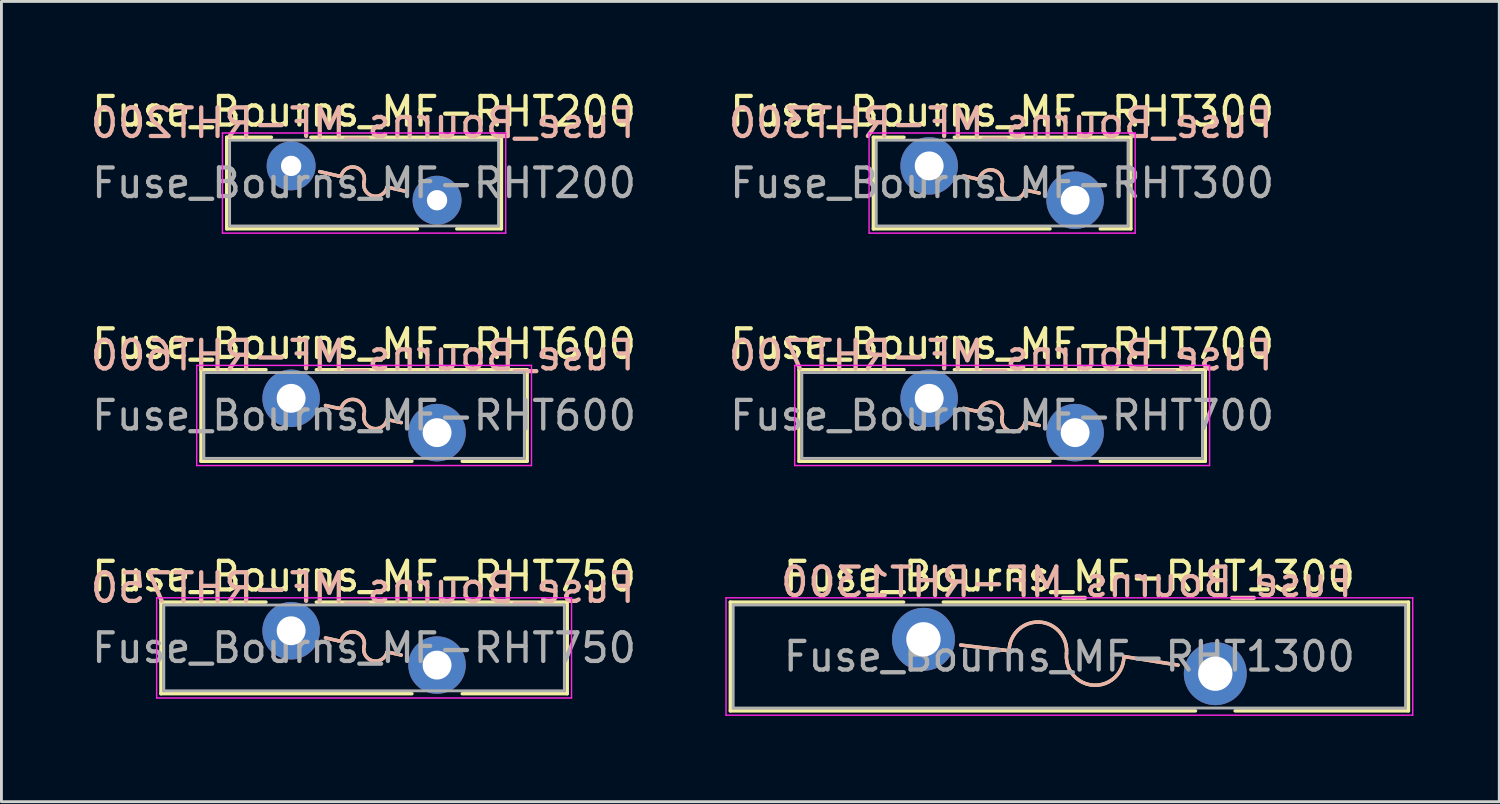
<source format=kicad_pcb>
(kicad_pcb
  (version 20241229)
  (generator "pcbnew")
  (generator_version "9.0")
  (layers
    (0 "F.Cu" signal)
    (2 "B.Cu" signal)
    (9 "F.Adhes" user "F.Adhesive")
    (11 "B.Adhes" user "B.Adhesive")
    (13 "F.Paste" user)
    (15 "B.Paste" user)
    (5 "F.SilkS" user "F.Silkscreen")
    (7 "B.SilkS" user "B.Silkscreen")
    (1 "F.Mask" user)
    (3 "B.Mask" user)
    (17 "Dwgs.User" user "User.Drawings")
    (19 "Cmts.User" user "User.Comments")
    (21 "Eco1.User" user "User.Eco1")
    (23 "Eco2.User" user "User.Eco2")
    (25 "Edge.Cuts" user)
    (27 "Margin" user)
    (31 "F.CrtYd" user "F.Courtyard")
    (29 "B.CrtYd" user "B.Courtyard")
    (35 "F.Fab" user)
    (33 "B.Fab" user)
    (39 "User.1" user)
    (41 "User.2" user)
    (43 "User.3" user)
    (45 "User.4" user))
  (footprint "Fuse_Bourns_MF-RHT300"
    (layer "F.Cu")
    (at 29.425 2.748)
    (property "Reference" "Fuse_Bourns_MF-RHT300" (at 2.55 -1.9 0) (layer "F.SilkS") (effects (font (size 1 1) (thickness 0.15))))
    (fp_line (start -1.951 -1) (end -1.951 2.2) (stroke (width 0.12) (type solid)) (layer "F.SilkS"))
    (fp_line (start -1.951 -1) (end -0.879 -1) (stroke (width 0.12) (type solid)) (layer "F.SilkS"))
    (fp_line (start -1.951 2.2) (end 4.222 2.2) (stroke (width 0.12) (type solid)) (layer "F.SilkS"))
    (fp_line (start 0.879 -1) (end 7.05 -1) (stroke (width 0.12) (type solid)) (layer "F.SilkS"))
    (fp_line (start 1.2 0.35) (end 1.65 0.45) (stroke (width 0.12) (type solid)) (layer "F.SilkS"))
    (fp_line (start 1.75 0.45) (end 1.65 0.45) (stroke (width 0.12) (type solid)) (layer "F.SilkS"))
    (fp_line (start 3.35 0.85) (end 3.4 0.85) (stroke (width 0.12) (type solid)) (layer "F.SilkS"))
    (fp_line (start 3.4 0.85) (end 3.85 0.95) (stroke (width 0.12) (type solid)) (layer "F.SilkS"))
    (fp_line (start 5.979 2.2) (end 7.05 2.2) (stroke (width 0.12) (type solid)) (layer "F.SilkS"))
    (fp_line (start 7.05 -1) (end 7.05 2.2) (stroke (width 0.12) (type solid)) (layer "F.SilkS"))
    (fp_arc (start 1.750001 0.450001) (mid 2.249999 0.150001) (end 2.549999 0.649999) (stroke (width 0.12) (type solid)) (layer "F.SilkS"))
    (fp_arc (start 3.349999 0.849999) (mid 2.850001 1.149999) (end 2.550001 0.650001) (stroke (width 0.12) (type solid)) (layer "F.SilkS"))
    (fp_line (start 1.2 0.35) (end 1.65 0.45) (stroke (width 0.12) (type solid)) (layer "B.SilkS"))
    (fp_line (start 1.75 0.45) (end 1.65 0.45) (stroke (width 0.12) (type solid)) (layer "B.SilkS"))
    (fp_line (start 3.35 0.85) (end 3.4 0.85) (stroke (width 0.12) (type solid)) (layer "B.SilkS"))
    (fp_line (start 3.4 0.85) (end 3.85 0.95) (stroke (width 0.12) (type solid)) (layer "B.SilkS"))
    (fp_arc (start 1.750001 0.450001) (mid 2.249999 0.150001) (end 2.549999 0.649999) (stroke (width 0.12) (type solid)) (layer "B.SilkS"))
    (fp_arc (start 3.349999 0.849999) (mid 2.850001 1.149999) (end 2.550001 0.650001) (stroke (width 0.12) (type solid)) (layer "B.SilkS"))
    (fp_line (start -2.1 -1.15) (end -2.1 2.35) (stroke (width 0.05) (type solid)) (layer "F.CrtYd"))
    (fp_line (start -2.1 2.35) (end 7.2 2.35) (stroke (width 0.05) (type solid)) (layer "F.CrtYd"))
    (fp_line (start 7.2 -1.15) (end -2.1 -1.15) (stroke (width 0.05) (type solid)) (layer "F.CrtYd"))
    (fp_line (start 7.2 2.35) (end 7.2 -1.15) (stroke (width 0.05) (type solid)) (layer "F.CrtYd"))
    (fp_line (start -1.85 -0.9) (end -1.85 2.1) (stroke (width 0.1) (type solid)) (layer "F.Fab"))
    (fp_line (start -1.85 2.1) (end 6.95 2.1) (stroke (width 0.1) (type solid)) (layer "F.Fab"))
    (fp_line (start 6.95 -0.9) (end -1.85 -0.9) (stroke (width 0.1) (type solid)) (layer "F.Fab"))
    (fp_line (start 6.95 2.1) (end 6.95 -0.9) (stroke (width 0.1) (type solid)) (layer "F.Fab"))
    (fp_text user "${REFERENCE}" (at 2.5 -1.5 0) (layer "B.SilkS") (effects (font (size 1 1) (thickness 0.15)) (justify mirror)))
    (fp_text user "${REFERENCE}" (at 2.55 0.6 0) (layer "F.Fab") (effects (font (size 1 1) (thickness 0.15))))
    (pad "1" thru_hole circle (at 0 0) (size 2.01 2.01) (drill 1.01) (layers "*.Cu" "*.Mask"))
    (pad "2" thru_hole circle (at 5.1 1.2) (size 2.01 2.01) (drill 1.01) (layers "*.Cu" "*.Mask")))
  (footprint "Fuse_Bourns_MF-RHT1300"
    (layer "F.Cu")
    (at 29.225 19.295)
    (property "Reference" "Fuse_Bourns_MF-RHT1300" (at 5.1 -2.2 0) (layer "F.SilkS") (effects (font (size 1 1) (thickness 0.15))))
    (fp_line (start -6.75 -1.301) (end -6.75 2.5) (stroke (width 0.12) (type solid)) (layer "F.SilkS"))
    (fp_line (start -6.75 -1.301) (end -0.693 -1.301) (stroke (width 0.12) (type solid)) (layer "F.SilkS"))
    (fp_line (start -6.75 2.5) (end 9.508 2.5) (stroke (width 0.12) (type solid)) (layer "F.SilkS"))
    (fp_line (start 0.693 -1.301) (end 16.951 -1.301) (stroke (width 0.12) (type solid)) (layer "F.SilkS"))
    (fp_line (start 1.3 0.2) (end 2.995 0.4) (stroke (width 0.12) (type solid)) (layer "F.SilkS"))
    (fp_line (start 7.005 0.6) (end 8.9 0.9) (stroke (width 0.12) (type solid)) (layer "F.SilkS"))
    (fp_line (start 10.893 2.5) (end 16.951 2.5) (stroke (width 0.12) (type solid)) (layer "F.SilkS"))
    (fp_line (start 16.951 -1.301) (end 16.951 2.5) (stroke (width 0.12) (type solid)) (layer "F.SilkS"))
    (fp_arc (start 2.995014 0.4) (mid 4.050062 -0.603737) (end 4.999999 0.499999) (stroke (width 0.12) (type solid)) (layer "F.SilkS"))
    (fp_arc (start 7.004986 0.6) (mid 5.949938 1.603737) (end 5.000001 0.500001) (stroke (width 0.12) (type solid)) (layer "F.SilkS"))
    (fp_line (start 1.3 0.2) (end 2.995 0.4) (stroke (width 0.12) (type solid)) (layer "B.SilkS"))
    (fp_line (start 7.005 0.6) (end 8.9 0.9) (stroke (width 0.12) (type solid)) (layer "B.SilkS"))
    (fp_arc (start 2.995017 0.400001) (mid 4.050058 -0.603639) (end 4.999999 0.499999) (stroke (width 0.12) (type solid)) (layer "B.SilkS"))
    (fp_arc (start 7.004983 0.599999) (mid 5.949942 1.603639) (end 5.000001 0.500001) (stroke (width 0.12) (type solid)) (layer "B.SilkS"))
    (fp_line (start -6.9 -1.45) (end -6.9 2.65) (stroke (width 0.05) (type solid)) (layer "F.CrtYd"))
    (fp_line (start -6.9 2.65) (end 17.1 2.65) (stroke (width 0.05) (type solid)) (layer "F.CrtYd"))
    (fp_line (start 17.1 -1.45) (end -6.9 -1.45) (stroke (width 0.05) (type solid)) (layer "F.CrtYd"))
    (fp_line (start 17.1 2.65) (end 17.1 -1.45) (stroke (width 0.05) (type solid)) (layer "F.CrtYd"))
    (fp_line (start -6.65 -1.2) (end -6.65 2.4) (stroke (width 0.1) (type solid)) (layer "F.Fab"))
    (fp_line (start -6.65 2.4) (end 16.85 2.4) (stroke (width 0.1) (type solid)) (layer "F.Fab"))
    (fp_line (start 16.85 -1.2) (end -6.65 -1.2) (stroke (width 0.1) (type solid)) (layer "F.Fab"))
    (fp_line (start 16.85 2.4) (end 16.85 -1.2) (stroke (width 0.1) (type solid)) (layer "F.Fab"))
    (fp_text user "${REFERENCE}" (at 5 -2 0) (layer "B.SilkS") (effects (font (size 1 1) (thickness 0.15)) (justify mirror)))
    (fp_text user "${REFERENCE}" (at 5.1 0.6 0) (layer "F.Fab") (effects (font (size 1 1) (thickness 0.15))))
    (pad "1" thru_hole circle (at 0 0) (size 2.2 2.2) (drill 1.2) (layers "*.Cu" "*.Mask"))
    (pad "2" thru_hole circle (at 10.2 1.2) (size 2.2 2.2) (drill 1.2) (layers "*.Cu" "*.Mask")))
  (footprint "Fuse_Bourns_MF-RHT200"
    (layer "F.Cu")
    (at 7.125 2.748)
    (property "Reference" "Fuse_Bourns_MF-RHT200" (at 2.55 -1.9 0) (layer "F.SilkS") (effects (font (size 1 1) (thickness 0.15))))
    (fp_line (start -2.251 -1) (end -2.251 2.2) (stroke (width 0.12) (type solid)) (layer "F.SilkS"))
    (fp_line (start -2.251 -1) (end -0.689 -1) (stroke (width 0.12) (type solid)) (layer "F.SilkS"))
    (fp_line (start -2.251 2.2) (end 4.412 2.2) (stroke (width 0.12) (type solid)) (layer "F.SilkS"))
    (fp_line (start 0.689 -1) (end 7.35 -1) (stroke (width 0.12) (type solid)) (layer "F.SilkS"))
    (fp_line (start 1 0.2) (end 1.65 0.35) (stroke (width 0.12) (type solid)) (layer "F.SilkS"))
    (fp_line (start 1.75 0.35) (end 1.65 0.35) (stroke (width 0.12) (type solid)) (layer "F.SilkS"))
    (fp_line (start 3.35 0.75) (end 3.4 0.75) (stroke (width 0.12) (type solid)) (layer "F.SilkS"))
    (fp_line (start 3.4 0.75) (end 4.05 0.9) (stroke (width 0.12) (type solid)) (layer "F.SilkS"))
    (fp_line (start 5.789 2.2) (end 7.35 2.2) (stroke (width 0.12) (type solid)) (layer "F.SilkS"))
    (fp_line (start 7.35 -1) (end 7.35 2.2) (stroke (width 0.12) (type solid)) (layer "F.SilkS"))
    (fp_arc (start 1.750001 0.350001) (mid 2.249999 0.050001) (end 2.549999 0.549999) (stroke (width 0.12) (type solid)) (layer "F.SilkS"))
    (fp_arc (start 3.349999 0.749999) (mid 2.850001 1.049999) (end 2.550001 0.550001) (stroke (width 0.12) (type solid)) (layer "F.SilkS"))
    (fp_line (start 1 0.2) (end 1.65 0.35) (stroke (width 0.12) (type solid)) (layer "B.SilkS"))
    (fp_line (start 1.75 0.35) (end 1.65 0.35) (stroke (width 0.12) (type solid)) (layer "B.SilkS"))
    (fp_line (start 3.35 0.75) (end 3.4 0.75) (stroke (width 0.12) (type solid)) (layer "B.SilkS"))
    (fp_line (start 3.4 0.75) (end 4.05 0.9) (stroke (width 0.12) (type solid)) (layer "B.SilkS"))
    (fp_arc (start 1.750001 0.350001) (mid 2.249999 0.050001) (end 2.549999 0.549999) (stroke (width 0.12) (type solid)) (layer "B.SilkS"))
    (fp_arc (start 3.349999 0.749999) (mid 2.850001 1.049999) (end 2.550001 0.550001) (stroke (width 0.12) (type solid)) (layer "B.SilkS"))
    (fp_line (start -2.4 -1.15) (end -2.4 2.35) (stroke (width 0.05) (type solid)) (layer "F.CrtYd"))
    (fp_line (start -2.4 2.35) (end 7.5 2.35) (stroke (width 0.05) (type solid)) (layer "F.CrtYd"))
    (fp_line (start 7.5 -1.15) (end -2.4 -1.15) (stroke (width 0.05) (type solid)) (layer "F.CrtYd"))
    (fp_line (start 7.5 2.35) (end 7.5 -1.15) (stroke (width 0.05) (type solid)) (layer "F.CrtYd"))
    (fp_line (start -2.15 -0.9) (end -2.15 2.1) (stroke (width 0.1) (type solid)) (layer "F.Fab"))
    (fp_line (start -2.15 2.1) (end 7.25 2.1) (stroke (width 0.1) (type solid)) (layer "F.Fab"))
    (fp_line (start 7.25 -0.9) (end -2.15 -0.9) (stroke (width 0.1) (type solid)) (layer "F.Fab"))
    (fp_line (start 7.25 2.1) (end 7.25 -0.9) (stroke (width 0.1) (type solid)) (layer "F.Fab"))
    (fp_text user "${REFERENCE}" (at 2.5 -1.5 0) (layer "B.SilkS") (effects (font (size 1 1) (thickness 0.15)) (justify mirror)))
    (fp_text user "${REFERENCE}" (at 2.55 0.6 0) (layer "F.Fab") (effects (font (size 1 1) (thickness 0.15))))
    (pad "1" thru_hole circle (at 0 0) (size 1.71 1.71) (drill 0.71) (layers "*.Cu" "*.Mask"))
    (pad "2" thru_hole circle (at 5.1 1.2) (size 1.71 1.71) (drill 0.71) (layers "*.Cu" "*.Mask")))
  (footprint "Fuse_Bourns_MF-RHT750"
    (layer "F.Cu")
    (at 7.125 18.995)
    (property "Reference" "Fuse_Bourns_MF-RHT750" (at 2.55 -1.9 0) (layer "F.SilkS") (effects (font (size 1 1) (thickness 0.15))))
    (fp_line (start -4.55 -1) (end -4.55 2.2) (stroke (width 0.12) (type solid)) (layer "F.SilkS"))
    (fp_line (start -4.55 -1) (end -0.879 -1) (stroke (width 0.12) (type solid)) (layer "F.SilkS"))
    (fp_line (start -4.55 2.2) (end 4.222 2.2) (stroke (width 0.12) (type solid)) (layer "F.SilkS"))
    (fp_line (start 0.879 -1) (end 9.65 -1) (stroke (width 0.12) (type solid)) (layer "F.SilkS"))
    (fp_line (start 1.2 0.25) (end 1.65 0.35) (stroke (width 0.12) (type solid)) (layer "F.SilkS"))
    (fp_line (start 1.75 0.35) (end 1.65 0.35) (stroke (width 0.12) (type solid)) (layer "F.SilkS"))
    (fp_line (start 3.35 0.75) (end 3.4 0.75) (stroke (width 0.12) (type solid)) (layer "F.SilkS"))
    (fp_line (start 3.4 0.75) (end 3.85 0.85) (stroke (width 0.12) (type solid)) (layer "F.SilkS"))
    (fp_line (start 5.979 2.2) (end 9.65 2.2) (stroke (width 0.12) (type solid)) (layer "F.SilkS"))
    (fp_line (start 9.65 -1) (end 9.65 2.2) (stroke (width 0.12) (type solid)) (layer "F.SilkS"))
    (fp_arc (start 1.750001 0.350001) (mid 2.249999 0.050001) (end 2.549999 0.549999) (stroke (width 0.12) (type solid)) (layer "F.SilkS"))
    (fp_arc (start 3.349999 0.749999) (mid 2.850001 1.049999) (end 2.550001 0.550001) (stroke (width 0.12) (type solid)) (layer "F.SilkS"))
    (fp_line (start 1.2 0.25) (end 1.65 0.35) (stroke (width 0.12) (type solid)) (layer "B.SilkS"))
    (fp_line (start 1.75 0.35) (end 1.65 0.35) (stroke (width 0.12) (type solid)) (layer "B.SilkS"))
    (fp_line (start 3.35 0.75) (end 3.4 0.75) (stroke (width 0.12) (type solid)) (layer "B.SilkS"))
    (fp_line (start 3.4 0.75) (end 3.85 0.85) (stroke (width 0.12) (type solid)) (layer "B.SilkS"))
    (fp_arc (start 1.750001 0.350001) (mid 2.249999 0.050001) (end 2.549999 0.549999) (stroke (width 0.12) (type solid)) (layer "B.SilkS"))
    (fp_arc (start 3.349999 0.749999) (mid 2.850001 1.049999) (end 2.550001 0.550001) (stroke (width 0.12) (type solid)) (layer "B.SilkS"))
    (fp_line (start -4.7 -1.15) (end -4.7 2.35) (stroke (width 0.05) (type solid)) (layer "F.CrtYd"))
    (fp_line (start -4.7 2.35) (end 9.8 2.35) (stroke (width 0.05) (type solid)) (layer "F.CrtYd"))
    (fp_line (start 9.8 -1.15) (end -4.7 -1.15) (stroke (width 0.05) (type solid)) (layer "F.CrtYd"))
    (fp_line (start 9.8 2.35) (end 9.8 -1.15) (stroke (width 0.05) (type solid)) (layer "F.CrtYd"))
    (fp_line (start -4.45 -0.9) (end -4.45 2.1) (stroke (width 0.1) (type solid)) (layer "F.Fab"))
    (fp_line (start -4.45 2.1) (end 9.55 2.1) (stroke (width 0.1) (type solid)) (layer "F.Fab"))
    (fp_line (start 9.55 -0.9) (end -4.45 -0.9) (stroke (width 0.1) (type solid)) (layer "F.Fab"))
    (fp_line (start 9.55 2.1) (end 9.55 -0.9) (stroke (width 0.1) (type solid)) (layer "F.Fab"))
    (fp_text user "${REFERENCE}" (at 2.5 -1.5 0) (layer "B.SilkS") (effects (font (size 1 1) (thickness 0.15)) (justify mirror)))
    (fp_text user "${REFERENCE}" (at 2.55 0.6 0) (layer "F.Fab") (effects (font (size 1 1) (thickness 0.15))))
    (pad "1" thru_hole circle (at 0 0) (size 2.01 2.01) (drill 1.01) (layers "*.Cu" "*.Mask"))
    (pad "2" thru_hole circle (at 5.1 1.2) (size 2.01 2.01) (drill 1.01) (layers "*.Cu" "*.Mask")))
  (footprint "Fuse_Bourns_MF-RHT600"
    (layer "F.Cu")
    (at 7.125 10.871)
    (property "Reference" "Fuse_Bourns_MF-RHT600" (at 2.55 -1.9 0) (layer "F.SilkS") (effects (font (size 1 1) (thickness 0.15))))
    (fp_line (start -3.15 -1) (end -3.15 2.2) (stroke (width 0.12) (type solid)) (layer "F.SilkS"))
    (fp_line (start -3.15 -1) (end -0.879 -1) (stroke (width 0.12) (type solid)) (layer "F.SilkS"))
    (fp_line (start -3.15 2.2) (end 4.222 2.2) (stroke (width 0.12) (type solid)) (layer "F.SilkS"))
    (fp_line (start 0.879 -1) (end 8.25 -1) (stroke (width 0.12) (type solid)) (layer "F.SilkS"))
    (fp_line (start 1.2 0.25) (end 1.65 0.35) (stroke (width 0.12) (type solid)) (layer "F.SilkS"))
    (fp_line (start 1.75 0.35) (end 1.65 0.35) (stroke (width 0.12) (type solid)) (layer "F.SilkS"))
    (fp_line (start 3.35 0.75) (end 3.4 0.75) (stroke (width 0.12) (type solid)) (layer "F.SilkS"))
    (fp_line (start 3.4 0.75) (end 3.85 0.85) (stroke (width 0.12) (type solid)) (layer "F.SilkS"))
    (fp_line (start 5.979 2.2) (end 8.25 2.2) (stroke (width 0.12) (type solid)) (layer "F.SilkS"))
    (fp_line (start 8.25 -1) (end 8.25 2.2) (stroke (width 0.12) (type solid)) (layer "F.SilkS"))
    (fp_arc (start 1.750001 0.350001) (mid 2.249999 0.050001) (end 2.549999 0.549999) (stroke (width 0.12) (type solid)) (layer "F.SilkS"))
    (fp_arc (start 3.349999 0.749999) (mid 2.850001 1.049999) (end 2.550001 0.550001) (stroke (width 0.12) (type solid)) (layer "F.SilkS"))
    (fp_line (start 1.2 0.25) (end 1.65 0.35) (stroke (width 0.12) (type solid)) (layer "B.SilkS"))
    (fp_line (start 1.75 0.35) (end 1.65 0.35) (stroke (width 0.12) (type solid)) (layer "B.SilkS"))
    (fp_line (start 3.35 0.75) (end 3.4 0.75) (stroke (width 0.12) (type solid)) (layer "B.SilkS"))
    (fp_line (start 3.4 0.75) (end 3.85 0.85) (stroke (width 0.12) (type solid)) (layer "B.SilkS"))
    (fp_arc (start 1.750001 0.350001) (mid 2.249999 0.050001) (end 2.549999 0.549999) (stroke (width 0.12) (type solid)) (layer "B.SilkS"))
    (fp_arc (start 3.349999 0.749999) (mid 2.850001 1.049999) (end 2.550001 0.550001) (stroke (width 0.12) (type solid)) (layer "B.SilkS"))
    (fp_line (start -3.3 -1.15) (end -3.3 2.35) (stroke (width 0.05) (type solid)) (layer "F.CrtYd"))
    (fp_line (start -3.3 2.35) (end 8.4 2.35) (stroke (width 0.05) (type solid)) (layer "F.CrtYd"))
    (fp_line (start 8.4 -1.15) (end -3.3 -1.15) (stroke (width 0.05) (type solid)) (layer "F.CrtYd"))
    (fp_line (start 8.4 2.35) (end 8.4 -1.15) (stroke (width 0.05) (type solid)) (layer "F.CrtYd"))
    (fp_line (start -3.05 -0.9) (end -3.05 2.1) (stroke (width 0.1) (type solid)) (layer "F.Fab"))
    (fp_line (start -3.05 2.1) (end 8.15 2.1) (stroke (width 0.1) (type solid)) (layer "F.Fab"))
    (fp_line (start 8.15 -0.9) (end -3.05 -0.9) (stroke (width 0.1) (type solid)) (layer "F.Fab"))
    (fp_line (start 8.15 2.1) (end 8.15 -0.9) (stroke (width 0.1) (type solid)) (layer "F.Fab"))
    (fp_text user "${REFERENCE}" (at 2.5 -1.5 0) (layer "B.SilkS") (effects (font (size 1 1) (thickness 0.15)) (justify mirror)))
    (fp_text user "${REFERENCE}" (at 2.55 0.6 0) (layer "F.Fab") (effects (font (size 1 1) (thickness 0.15))))
    (pad "1" thru_hole circle (at 0 0) (size 2.01 2.01) (drill 1.01) (layers "*.Cu" "*.Mask"))
    (pad "2" thru_hole circle (at 5.1 1.2) (size 2.01 2.01) (drill 1.01) (layers "*.Cu" "*.Mask")))
  (footprint "Fuse_Bourns_MF-RHT700"
    (layer "F.Cu")
    (at 29.425 10.871)
    (property "Reference" "Fuse_Bourns_MF-RHT700" (at 2.55 -1.9 0) (layer "F.SilkS") (effects (font (size 1 1) (thickness 0.15))))
    (fp_line (start -4.55 -1) (end -4.55 2.2) (stroke (width 0.12) (type solid)) (layer "F.SilkS"))
    (fp_line (start -4.55 -1) (end -0.879 -1) (stroke (width 0.12) (type solid)) (layer "F.SilkS"))
    (fp_line (start -4.55 2.2) (end 4.222 2.2) (stroke (width 0.12) (type solid)) (layer "F.SilkS"))
    (fp_line (start 0.879 -1) (end 9.65 -1) (stroke (width 0.12) (type solid)) (layer "F.SilkS"))
    (fp_line (start 1.2 0.35) (end 1.65 0.45) (stroke (width 0.12) (type solid)) (layer "F.SilkS"))
    (fp_line (start 1.75 0.45) (end 1.65 0.45) (stroke (width 0.12) (type solid)) (layer "F.SilkS"))
    (fp_line (start 3.35 0.85) (end 3.4 0.85) (stroke (width 0.12) (type solid)) (layer "F.SilkS"))
    (fp_line (start 3.4 0.85) (end 3.85 0.95) (stroke (width 0.12) (type solid)) (layer "F.SilkS"))
    (fp_line (start 5.979 2.2) (end 9.65 2.2) (stroke (width 0.12) (type solid)) (layer "F.SilkS"))
    (fp_line (start 9.65 -1) (end 9.65 2.2) (stroke (width 0.12) (type solid)) (layer "F.SilkS"))
    (fp_arc (start 1.750001 0.450001) (mid 2.249999 0.150001) (end 2.549999 0.649999) (stroke (width 0.12) (type solid)) (layer "F.SilkS"))
    (fp_arc (start 3.349999 0.849999) (mid 2.850001 1.149999) (end 2.550001 0.650001) (stroke (width 0.12) (type solid)) (layer "F.SilkS"))
    (fp_line (start 1.2 0.35) (end 1.65 0.45) (stroke (width 0.12) (type solid)) (layer "B.SilkS"))
    (fp_line (start 1.75 0.45) (end 1.65 0.45) (stroke (width 0.12) (type solid)) (layer "B.SilkS"))
    (fp_line (start 3.35 0.85) (end 3.4 0.85) (stroke (width 0.12) (type solid)) (layer "B.SilkS"))
    (fp_line (start 3.4 0.85) (end 3.85 0.95) (stroke (width 0.12) (type solid)) (layer "B.SilkS"))
    (fp_arc (start 1.750001 0.450001) (mid 2.249999 0.150001) (end 2.549999 0.649999) (stroke (width 0.12) (type solid)) (layer "B.SilkS"))
    (fp_arc (start 3.349999 0.849999) (mid 2.850001 1.149999) (end 2.550001 0.650001) (stroke (width 0.12) (type solid)) (layer "B.SilkS"))
    (fp_line (start -4.7 -1.15) (end -4.7 2.35) (stroke (width 0.05) (type solid)) (layer "F.CrtYd"))
    (fp_line (start -4.7 2.35) (end 9.8 2.35) (stroke (width 0.05) (type solid)) (layer "F.CrtYd"))
    (fp_line (start 9.8 -1.15) (end -4.7 -1.15) (stroke (width 0.05) (type solid)) (layer "F.CrtYd"))
    (fp_line (start 9.8 2.35) (end 9.8 -1.15) (stroke (width 0.05) (type solid)) (layer "F.CrtYd"))
    (fp_line (start -4.45 -0.9) (end -4.45 2.1) (stroke (width 0.1) (type solid)) (layer "F.Fab"))
    (fp_line (start -4.45 2.1) (end 9.55 2.1) (stroke (width 0.1) (type solid)) (layer "F.Fab"))
    (fp_line (start 9.55 -0.9) (end -4.45 -0.9) (stroke (width 0.1) (type solid)) (layer "F.Fab"))
    (fp_line (start 9.55 2.1) (end 9.55 -0.9) (stroke (width 0.1) (type solid)) (layer "F.Fab"))
    (fp_text user "${REFERENCE}" (at 2.5 -1.5 0) (layer "B.SilkS") (effects (font (size 1 1) (thickness 0.15)) (justify mirror)))
    (fp_text user "${REFERENCE}" (at 2.55 0.6 0) (layer "F.Fab") (effects (font (size 1 1) (thickness 0.15))))
    (pad "1" thru_hole circle (at 0 0) (size 2.01 2.01) (drill 1.01) (layers "*.Cu" "*.Mask"))
    (pad "2" thru_hole circle (at 5.1 1.2) (size 2.01 2.01) (drill 1.01) (layers "*.Cu" "*.Mask")))
  (gr_rect
    (start -3 -3)
    (end 49.35 24.97)
    (stroke (width 0.1) (type default))
    (fill no)
    (layer "Edge.Cuts")))
</source>
